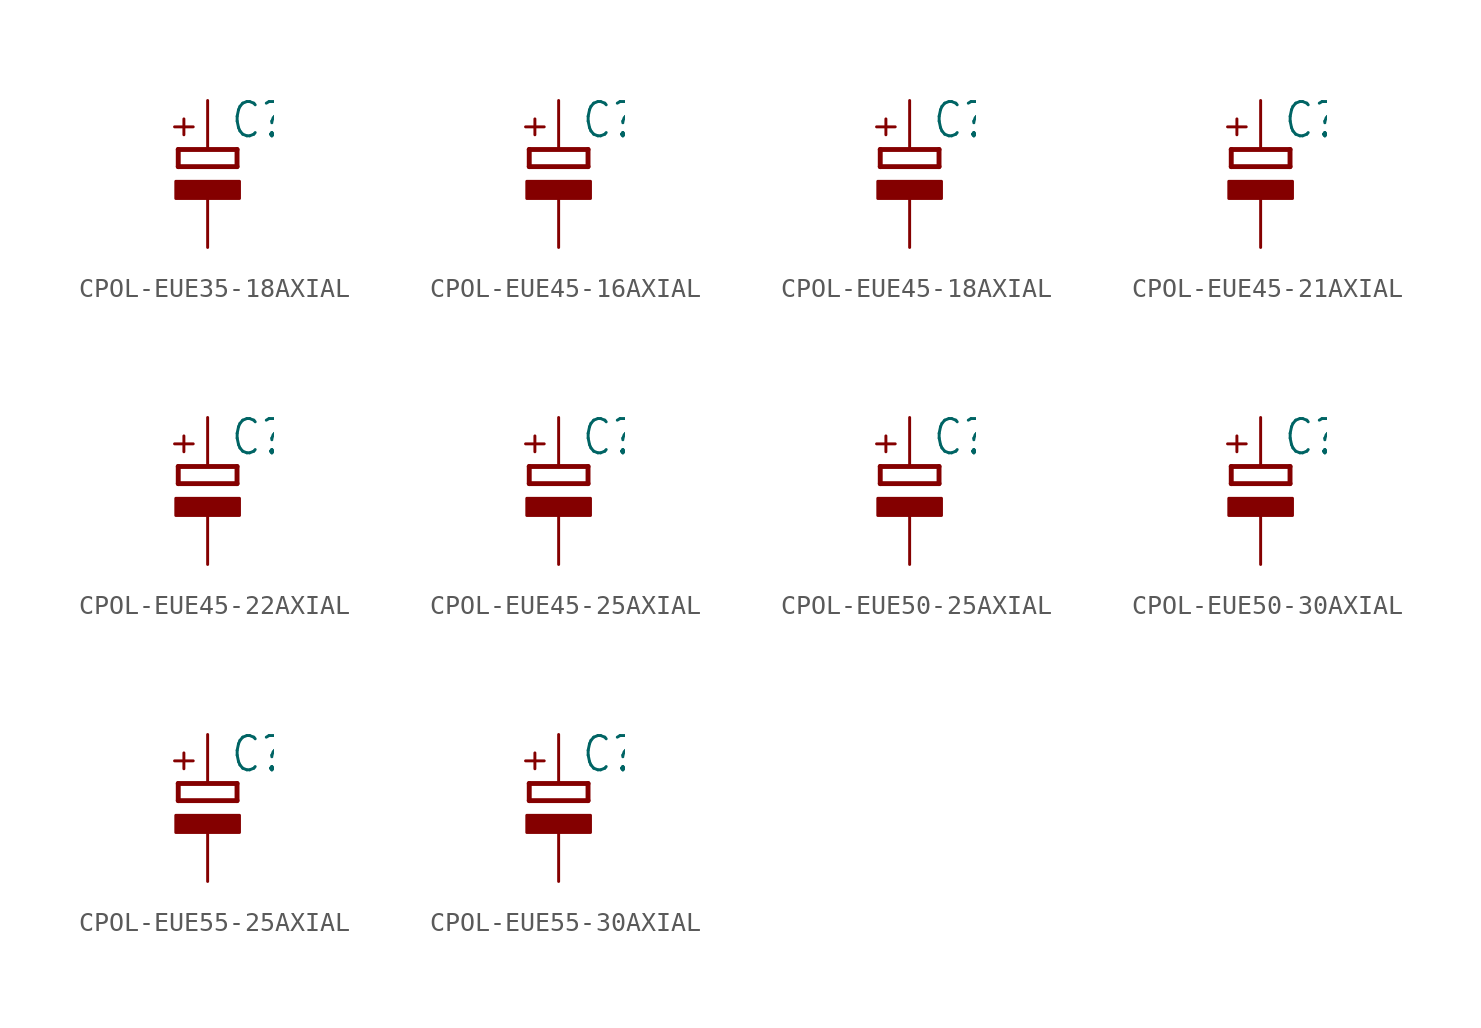
<source format=kicad_sym>
(kicad_symbol_lib
  (version 20241209)
  (generator "kicad_symbol_editor")
  (generator_version "9.0")
  (symbol "CPOL-EUE35-18AXIAL"
    (property "Reference" "C"
      (at 1.143 0.483 0)
      (effects (font (size 1.778 1.511)) (justify left bottom)))
    (property "Value" ""
      (at 1.143 -4.597 0)
      (effects (font (size 1.778 1.511)) (justify left bottom)))
    (property "ki_locked" ""
      (at 0 0 0)
      (effects (font (size 1.27 1.27))))
    (symbol "CPOL-EUE35-18AXIAL_1_0"
      (rectangle (start -1.651 -2.54) (end 1.651 -1.651) (stroke (width 0) (type default)) (fill (type outline)))
      (polyline (pts (xy -1.524 0) (xy -1.524 -0.889)) (stroke (width 0.254) (type solid)) (fill (type none)))
      (polyline (pts (xy -1.524 0) (xy 1.524 0)) (stroke (width 0.254) (type solid)) (fill (type none)))
      (polyline (pts (xy -1.524 -0.889) (xy 1.524 -0.889)) (stroke (width 0.254) (type solid)) (fill (type none)))
      (polyline (pts (xy 1.524 -0.889) (xy 1.524 0)) (stroke (width 0.254) (type solid)) (fill (type none)))
      (text "+" (at -0.584 0.406 900) (effects (font (size 1.27 1.079)) (justify left bottom)))
      (pin passive line (at 0 2.54 270) (length 2.54) (name "+" (effects (font (size 0 0)))) (number "+" (effects (font (size 0 0)))))
      (pin passive line (at 0 -5.08 90) (length 2.54) (name "-" (effects (font (size 0 0)))) (number "-" (effects (font (size 0 0)))))))
  (symbol "CPOL-EUE45-16AXIAL"
    (property "Reference" "C"
      (at 1.143 0.483 0)
      (effects (font (size 1.778 1.511)) (justify left bottom)))
    (property "Value" ""
      (at 1.143 -4.597 0)
      (effects (font (size 1.778 1.511)) (justify left bottom)))
    (property "ki_locked" ""
      (at 0 0 0)
      (effects (font (size 1.27 1.27))))
    (symbol "CPOL-EUE45-16AXIAL_1_0"
      (rectangle (start -1.651 -2.54) (end 1.651 -1.651) (stroke (width 0) (type default)) (fill (type outline)))
      (polyline (pts (xy -1.524 0) (xy -1.524 -0.889)) (stroke (width 0.254) (type solid)) (fill (type none)))
      (polyline (pts (xy -1.524 0) (xy 1.524 0)) (stroke (width 0.254) (type solid)) (fill (type none)))
      (polyline (pts (xy -1.524 -0.889) (xy 1.524 -0.889)) (stroke (width 0.254) (type solid)) (fill (type none)))
      (polyline (pts (xy 1.524 -0.889) (xy 1.524 0)) (stroke (width 0.254) (type solid)) (fill (type none)))
      (text "+" (at -0.584 0.406 900) (effects (font (size 1.27 1.079)) (justify left bottom)))
      (pin passive line (at 0 2.54 270) (length 2.54) (name "+" (effects (font (size 0 0)))) (number "+" (effects (font (size 0 0)))))
      (pin passive line (at 0 -5.08 90) (length 2.54) (name "-" (effects (font (size 0 0)))) (number "-" (effects (font (size 0 0)))))))
  (symbol "CPOL-EUE45-18AXIAL"
    (property "Reference" "C"
      (at 1.143 0.483 0)
      (effects (font (size 1.778 1.511)) (justify left bottom)))
    (property "Value" ""
      (at 1.143 -4.597 0)
      (effects (font (size 1.778 1.511)) (justify left bottom)))
    (property "ki_locked" ""
      (at 0 0 0)
      (effects (font (size 1.27 1.27))))
    (symbol "CPOL-EUE45-18AXIAL_1_0"
      (rectangle (start -1.651 -2.54) (end 1.651 -1.651) (stroke (width 0) (type default)) (fill (type outline)))
      (polyline (pts (xy -1.524 0) (xy -1.524 -0.889)) (stroke (width 0.254) (type solid)) (fill (type none)))
      (polyline (pts (xy -1.524 0) (xy 1.524 0)) (stroke (width 0.254) (type solid)) (fill (type none)))
      (polyline (pts (xy -1.524 -0.889) (xy 1.524 -0.889)) (stroke (width 0.254) (type solid)) (fill (type none)))
      (polyline (pts (xy 1.524 -0.889) (xy 1.524 0)) (stroke (width 0.254) (type solid)) (fill (type none)))
      (text "+" (at -0.584 0.406 900) (effects (font (size 1.27 1.079)) (justify left bottom)))
      (pin passive line (at 0 2.54 270) (length 2.54) (name "+" (effects (font (size 0 0)))) (number "+" (effects (font (size 0 0)))))
      (pin passive line (at 0 -5.08 90) (length 2.54) (name "-" (effects (font (size 0 0)))) (number "-" (effects (font (size 0 0)))))))
  (symbol "CPOL-EUE45-21AXIAL"
    (property "Reference" "C"
      (at 1.143 0.483 0)
      (effects (font (size 1.778 1.511)) (justify left bottom)))
    (property "Value" ""
      (at 1.143 -4.597 0)
      (effects (font (size 1.778 1.511)) (justify left bottom)))
    (property "ki_locked" ""
      (at 0 0 0)
      (effects (font (size 1.27 1.27))))
    (symbol "CPOL-EUE45-21AXIAL_1_0"
      (rectangle (start -1.651 -2.54) (end 1.651 -1.651) (stroke (width 0) (type default)) (fill (type outline)))
      (polyline (pts (xy -1.524 0) (xy -1.524 -0.889)) (stroke (width 0.254) (type solid)) (fill (type none)))
      (polyline (pts (xy -1.524 0) (xy 1.524 0)) (stroke (width 0.254) (type solid)) (fill (type none)))
      (polyline (pts (xy -1.524 -0.889) (xy 1.524 -0.889)) (stroke (width 0.254) (type solid)) (fill (type none)))
      (polyline (pts (xy 1.524 -0.889) (xy 1.524 0)) (stroke (width 0.254) (type solid)) (fill (type none)))
      (text "+" (at -0.584 0.406 900) (effects (font (size 1.27 1.079)) (justify left bottom)))
      (pin passive line (at 0 2.54 270) (length 2.54) (name "+" (effects (font (size 0 0)))) (number "+" (effects (font (size 0 0)))))
      (pin passive line (at 0 -5.08 90) (length 2.54) (name "-" (effects (font (size 0 0)))) (number "-" (effects (font (size 0 0)))))))
  (symbol "CPOL-EUE45-22AXIAL"
    (property "Reference" "C"
      (at 1.143 0.483 0)
      (effects (font (size 1.778 1.511)) (justify left bottom)))
    (property "Value" ""
      (at 1.143 -4.597 0)
      (effects (font (size 1.778 1.511)) (justify left bottom)))
    (property "ki_locked" ""
      (at 0 0 0)
      (effects (font (size 1.27 1.27))))
    (symbol "CPOL-EUE45-22AXIAL_1_0"
      (rectangle (start -1.651 -2.54) (end 1.651 -1.651) (stroke (width 0) (type default)) (fill (type outline)))
      (polyline (pts (xy -1.524 0) (xy -1.524 -0.889)) (stroke (width 0.254) (type solid)) (fill (type none)))
      (polyline (pts (xy -1.524 0) (xy 1.524 0)) (stroke (width 0.254) (type solid)) (fill (type none)))
      (polyline (pts (xy -1.524 -0.889) (xy 1.524 -0.889)) (stroke (width 0.254) (type solid)) (fill (type none)))
      (polyline (pts (xy 1.524 -0.889) (xy 1.524 0)) (stroke (width 0.254) (type solid)) (fill (type none)))
      (text "+" (at -0.584 0.406 900) (effects (font (size 1.27 1.079)) (justify left bottom)))
      (pin passive line (at 0 2.54 270) (length 2.54) (name "+" (effects (font (size 0 0)))) (number "+" (effects (font (size 0 0)))))
      (pin passive line (at 0 -5.08 90) (length 2.54) (name "-" (effects (font (size 0 0)))) (number "-" (effects (font (size 0 0)))))))
  (symbol "CPOL-EUE45-25AXIAL"
    (property "Reference" "C"
      (at 1.143 0.483 0)
      (effects (font (size 1.778 1.511)) (justify left bottom)))
    (property "Value" ""
      (at 1.143 -4.597 0)
      (effects (font (size 1.778 1.511)) (justify left bottom)))
    (property "ki_locked" ""
      (at 0 0 0)
      (effects (font (size 1.27 1.27))))
    (symbol "CPOL-EUE45-25AXIAL_1_0"
      (rectangle (start -1.651 -2.54) (end 1.651 -1.651) (stroke (width 0) (type default)) (fill (type outline)))
      (polyline (pts (xy -1.524 0) (xy -1.524 -0.889)) (stroke (width 0.254) (type solid)) (fill (type none)))
      (polyline (pts (xy -1.524 0) (xy 1.524 0)) (stroke (width 0.254) (type solid)) (fill (type none)))
      (polyline (pts (xy -1.524 -0.889) (xy 1.524 -0.889)) (stroke (width 0.254) (type solid)) (fill (type none)))
      (polyline (pts (xy 1.524 -0.889) (xy 1.524 0)) (stroke (width 0.254) (type solid)) (fill (type none)))
      (text "+" (at -0.584 0.406 900) (effects (font (size 1.27 1.079)) (justify left bottom)))
      (pin passive line (at 0 2.54 270) (length 2.54) (name "+" (effects (font (size 0 0)))) (number "+" (effects (font (size 0 0)))))
      (pin passive line (at 0 -5.08 90) (length 2.54) (name "-" (effects (font (size 0 0)))) (number "-" (effects (font (size 0 0)))))))
  (symbol "CPOL-EUE50-25AXIAL"
    (property "Reference" "C"
      (at 1.143 0.483 0)
      (effects (font (size 1.778 1.511)) (justify left bottom)))
    (property "Value" ""
      (at 1.143 -4.597 0)
      (effects (font (size 1.778 1.511)) (justify left bottom)))
    (property "ki_locked" ""
      (at 0 0 0)
      (effects (font (size 1.27 1.27))))
    (symbol "CPOL-EUE50-25AXIAL_1_0"
      (rectangle (start -1.651 -2.54) (end 1.651 -1.651) (stroke (width 0) (type default)) (fill (type outline)))
      (polyline (pts (xy -1.524 0) (xy -1.524 -0.889)) (stroke (width 0.254) (type solid)) (fill (type none)))
      (polyline (pts (xy -1.524 0) (xy 1.524 0)) (stroke (width 0.254) (type solid)) (fill (type none)))
      (polyline (pts (xy -1.524 -0.889) (xy 1.524 -0.889)) (stroke (width 0.254) (type solid)) (fill (type none)))
      (polyline (pts (xy 1.524 -0.889) (xy 1.524 0)) (stroke (width 0.254) (type solid)) (fill (type none)))
      (text "+" (at -0.584 0.406 900) (effects (font (size 1.27 1.079)) (justify left bottom)))
      (pin passive line (at 0 2.54 270) (length 2.54) (name "+" (effects (font (size 0 0)))) (number "+" (effects (font (size 0 0)))))
      (pin passive line (at 0 -5.08 90) (length 2.54) (name "-" (effects (font (size 0 0)))) (number "-" (effects (font (size 0 0)))))))
  (symbol "CPOL-EUE50-30AXIAL"
    (property "Reference" "C"
      (at 1.143 0.483 0)
      (effects (font (size 1.778 1.511)) (justify left bottom)))
    (property "Value" ""
      (at 1.143 -4.597 0)
      (effects (font (size 1.778 1.511)) (justify left bottom)))
    (property "ki_locked" ""
      (at 0 0 0)
      (effects (font (size 1.27 1.27))))
    (symbol "CPOL-EUE50-30AXIAL_1_0"
      (rectangle (start -1.651 -2.54) (end 1.651 -1.651) (stroke (width 0) (type default)) (fill (type outline)))
      (polyline (pts (xy -1.524 0) (xy -1.524 -0.889)) (stroke (width 0.254) (type solid)) (fill (type none)))
      (polyline (pts (xy -1.524 0) (xy 1.524 0)) (stroke (width 0.254) (type solid)) (fill (type none)))
      (polyline (pts (xy -1.524 -0.889) (xy 1.524 -0.889)) (stroke (width 0.254) (type solid)) (fill (type none)))
      (polyline (pts (xy 1.524 -0.889) (xy 1.524 0)) (stroke (width 0.254) (type solid)) (fill (type none)))
      (text "+" (at -0.584 0.406 900) (effects (font (size 1.27 1.079)) (justify left bottom)))
      (pin passive line (at 0 2.54 270) (length 2.54) (name "+" (effects (font (size 0 0)))) (number "+" (effects (font (size 0 0)))))
      (pin passive line (at 0 -5.08 90) (length 2.54) (name "-" (effects (font (size 0 0)))) (number "-" (effects (font (size 0 0)))))))
  (symbol "CPOL-EUE55-25AXIAL"
    (property "Reference" "C"
      (at 1.143 0.483 0)
      (effects (font (size 1.778 1.511)) (justify left bottom)))
    (property "Value" ""
      (at 1.143 -4.597 0)
      (effects (font (size 1.778 1.511)) (justify left bottom)))
    (property "ki_locked" ""
      (at 0 0 0)
      (effects (font (size 1.27 1.27))))
    (symbol "CPOL-EUE55-25AXIAL_1_0"
      (rectangle (start -1.651 -2.54) (end 1.651 -1.651) (stroke (width 0) (type default)) (fill (type outline)))
      (polyline (pts (xy -1.524 0) (xy -1.524 -0.889)) (stroke (width 0.254) (type solid)) (fill (type none)))
      (polyline (pts (xy -1.524 0) (xy 1.524 0)) (stroke (width 0.254) (type solid)) (fill (type none)))
      (polyline (pts (xy -1.524 -0.889) (xy 1.524 -0.889)) (stroke (width 0.254) (type solid)) (fill (type none)))
      (polyline (pts (xy 1.524 -0.889) (xy 1.524 0)) (stroke (width 0.254) (type solid)) (fill (type none)))
      (text "+" (at -0.584 0.406 900) (effects (font (size 1.27 1.079)) (justify left bottom)))
      (pin passive line (at 0 2.54 270) (length 2.54) (name "+" (effects (font (size 0 0)))) (number "+" (effects (font (size 0 0)))))
      (pin passive line (at 0 -5.08 90) (length 2.54) (name "-" (effects (font (size 0 0)))) (number "-" (effects (font (size 0 0)))))))
  (symbol "CPOL-EUE55-30AXIAL"
    (property "Reference" "C"
      (at 1.143 0.483 0)
      (effects (font (size 1.778 1.511)) (justify left bottom)))
    (property "Value" ""
      (at 1.143 -4.597 0)
      (effects (font (size 1.778 1.511)) (justify left bottom)))
    (property "ki_locked" ""
      (at 0 0 0)
      (effects (font (size 1.27 1.27))))
    (symbol "CPOL-EUE55-30AXIAL_1_0"
      (rectangle (start -1.651 -2.54) (end 1.651 -1.651) (stroke (width 0) (type default)) (fill (type outline)))
      (polyline (pts (xy -1.524 0) (xy -1.524 -0.889)) (stroke (width 0.254) (type solid)) (fill (type none)))
      (polyline (pts (xy -1.524 0) (xy 1.524 0)) (stroke (width 0.254) (type solid)) (fill (type none)))
      (polyline (pts (xy -1.524 -0.889) (xy 1.524 -0.889)) (stroke (width 0.254) (type solid)) (fill (type none)))
      (polyline (pts (xy 1.524 -0.889) (xy 1.524 0)) (stroke (width 0.254) (type solid)) (fill (type none)))
      (text "+" (at -0.584 0.406 900) (effects (font (size 1.27 1.079)) (justify left bottom)))
      (pin passive line (at 0 2.54 270) (length 2.54) (name "+" (effects (font (size 0 0)))) (number "+" (effects (font (size 0 0)))))
      (pin passive line (at 0 -5.08 90) (length 2.54) (name "-" (effects (font (size 0 0)))) (number "-" (effects (font (size 0 0))))))))
</source>
